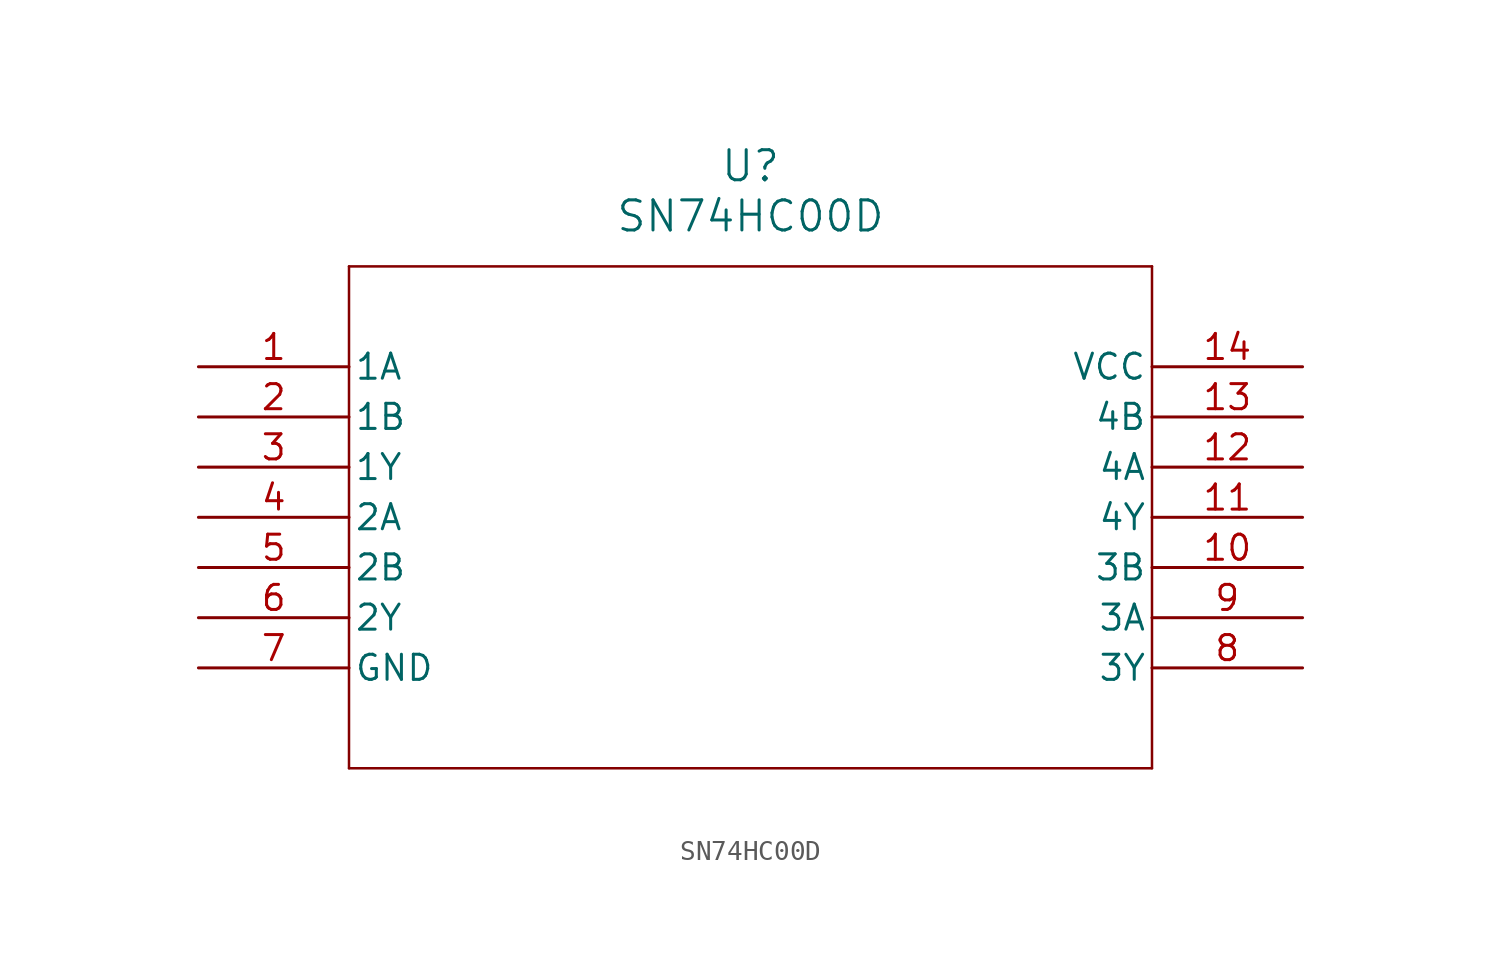
<source format=kicad_sym>
(kicad_symbol_lib
  (version 20211014)
  (generator kicad_symbol_editor)
  (symbol "SN74HC00D"
    (pin_names
      (offset 0.254))
    (property "Reference" "U"
      (at 27.94 10.16 0)
      (effects (font (size 1.524 1.524))))
    (property "Value" "SN74HC00D"
      (at 27.94 7.62 0)
      (effects (font (size 1.524 1.524))))
    (symbol "SN74HC00D_0_1"
      (polyline (pts (xy 7.62 5.08) (xy 7.62 -20.32)) (stroke (width 0.127) (type default) (color 0 0 0 0)) (fill (type none)))
      (polyline (pts (xy 7.62 -20.32) (xy 48.26 -20.32)) (stroke (width 0.127) (type default) (color 0 0 0 0)) (fill (type none)))
      (polyline (pts (xy 48.26 -20.32) (xy 48.26 5.08)) (stroke (width 0.127) (type default) (color 0 0 0 0)) (fill (type none)))
      (polyline (pts (xy 48.26 5.08) (xy 7.62 5.08)) (stroke (width 0.127) (type default) (color 0 0 0 0)) (fill (type none)))
      (pin input line (at 0 0 0) (length 7.62) (name "1A" (effects (font (size 1.27 1.27)))) (number "1" (effects (font (size 1.27 1.27)))))
      (pin input line (at 0 -2.54 0) (length 7.62) (name "1B" (effects (font (size 1.27 1.27)))) (number "2" (effects (font (size 1.27 1.27)))))
      (pin output line (at 0 -5.08 0) (length 7.62) (name "1Y" (effects (font (size 1.27 1.27)))) (number "3" (effects (font (size 1.27 1.27)))))
      (pin input line (at 0 -7.62 0) (length 7.62) (name "2A" (effects (font (size 1.27 1.27)))) (number "4" (effects (font (size 1.27 1.27)))))
      (pin input line (at 0 -10.16 0) (length 7.62) (name "2B" (effects (font (size 1.27 1.27)))) (number "5" (effects (font (size 1.27 1.27)))))
      (pin output line (at 0 -12.7 0) (length 7.62) (name "2Y" (effects (font (size 1.27 1.27)))) (number "6" (effects (font (size 1.27 1.27)))))
      (pin power_in line (at 0 -15.24 0) (length 7.62) (name "GND" (effects (font (size 1.27 1.27)))) (number "7" (effects (font (size 1.27 1.27)))))
      (pin output line (at 55.88 -15.24 180) (length 7.62) (name "3Y" (effects (font (size 1.27 1.27)))) (number "8" (effects (font (size 1.27 1.27)))))
      (pin input line (at 55.88 -12.7 180) (length 7.62) (name "3A" (effects (font (size 1.27 1.27)))) (number "9" (effects (font (size 1.27 1.27)))))
      (pin input line (at 55.88 -10.16 180) (length 7.62) (name "3B" (effects (font (size 1.27 1.27)))) (number "10" (effects (font (size 1.27 1.27)))))
      (pin output line (at 55.88 -7.62 180) (length 7.62) (name "4Y" (effects (font (size 1.27 1.27)))) (number "11" (effects (font (size 1.27 1.27)))))
      (pin input line (at 55.88 -5.08 180) (length 7.62) (name "4A" (effects (font (size 1.27 1.27)))) (number "12" (effects (font (size 1.27 1.27)))))
      (pin input line (at 55.88 -2.54 180) (length 7.62) (name "4B" (effects (font (size 1.27 1.27)))) (number "13" (effects (font (size 1.27 1.27)))))
      (pin power_in line (at 55.88 0 180) (length 7.62) (name "VCC" (effects (font (size 1.27 1.27)))) (number "14" (effects (font (size 1.27 1.27))))))))
</source>
